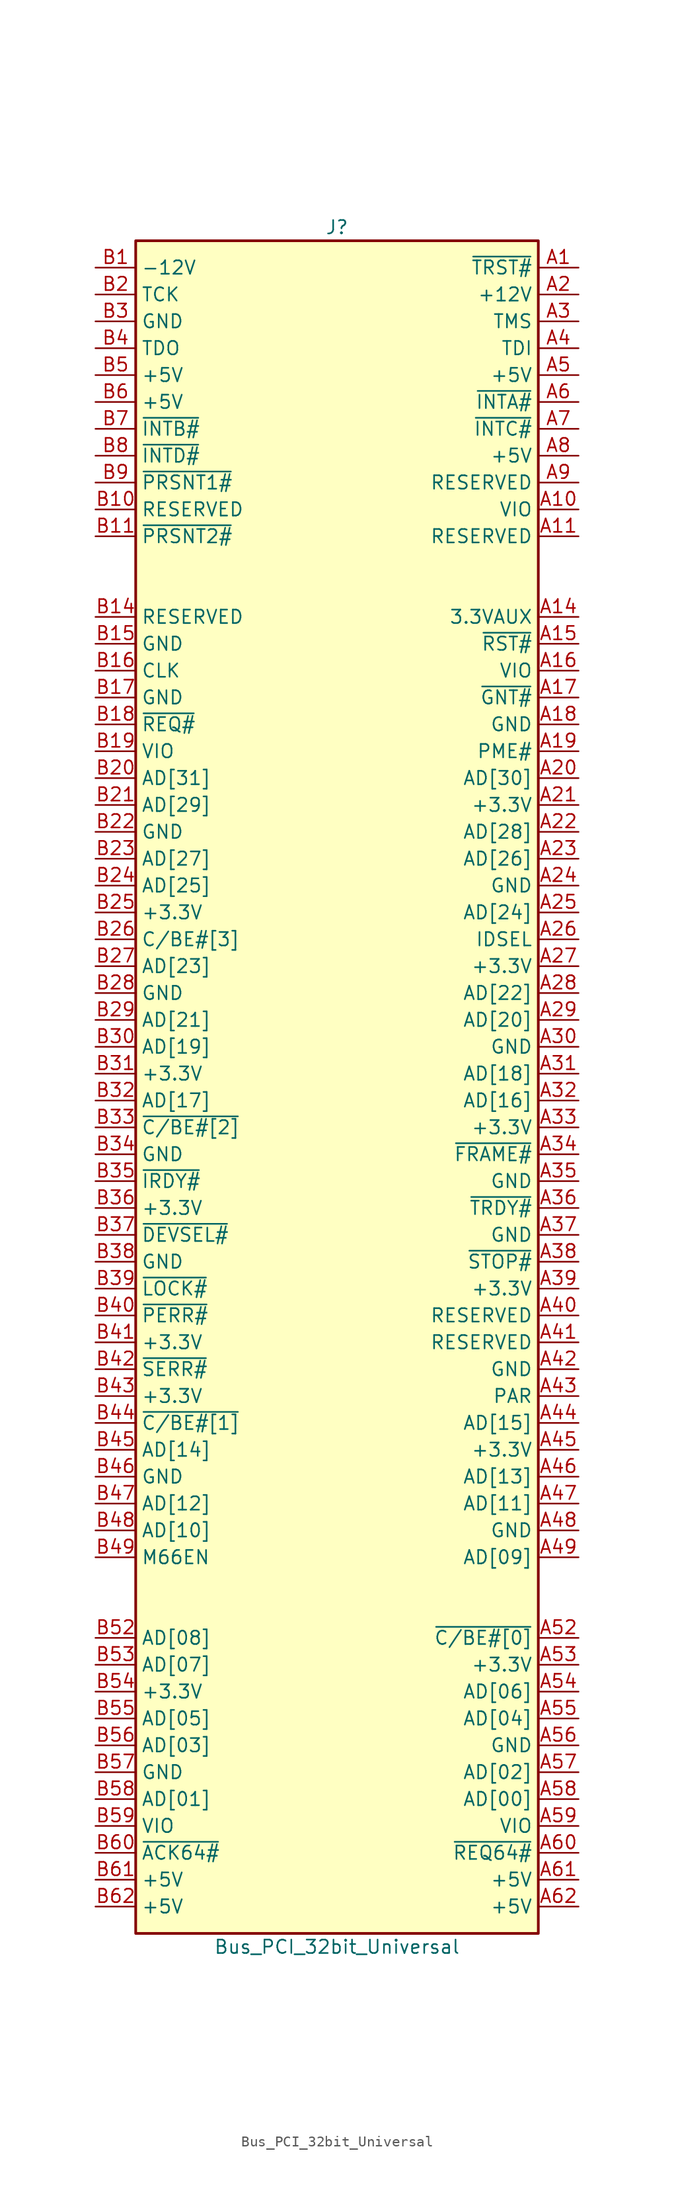
<source format=kicad_sym>
(kicad_symbol_lib
  (version 20201005)
  (generator kicad_symbol_editor)
  (symbol "Connector:Bus_PCI_32bit_Universal"
    (property "Reference" "J"
      (at 0 80.01 0)
      (effects (font (size 1.27 1.27))))
    (property "Value" "Bus_PCI_32bit_Universal"
      (at 0 -82.55 0)
      (effects (font (size 1.27 1.27))))
    (symbol "Bus_PCI_32bit_Universal_0_1"
      (rectangle (start -19.05 78.74) (end 19.05 -81.28) (stroke (width 0.254)) (fill (type background))))
    (symbol "Bus_PCI_32bit_Universal_1_1"
      (pin output line (at 22.86 76.2 180) (length 3.81) (name "~TRST#" (effects (font (size 1.27 1.27)))) (number "A1" (effects (font (size 1.27 1.27)))))
      (pin power_in line (at 22.86 53.34 180) (length 3.81) (name "VIO" (effects (font (size 1.27 1.27)))) (number "A10" (effects (font (size 1.27 1.27)))))
      (pin passive line (at 22.86 50.8 180) (length 3.81) (name "RESERVED" (effects (font (size 1.27 1.27)))) (number "A11" (effects (font (size 1.27 1.27)))))
      (pin passive line (at 22.86 43.18 180) (length 3.81) (name "3.3VAUX" (effects (font (size 1.27 1.27)))) (number "A14" (effects (font (size 1.27 1.27)))))
      (pin output line (at 22.86 40.64 180) (length 3.81) (name "~RST#" (effects (font (size 1.27 1.27)))) (number "A15" (effects (font (size 1.27 1.27)))))
      (pin power_in line (at 22.86 38.1 180) (length 3.81) (name "VIO" (effects (font (size 1.27 1.27)))) (number "A16" (effects (font (size 1.27 1.27)))))
      (pin bidirectional line (at 22.86 35.56 180) (length 3.81) (name "~GNT#" (effects (font (size 1.27 1.27)))) (number "A17" (effects (font (size 1.27 1.27)))))
      (pin power_in line (at 22.86 33.02 180) (length 3.81) (name "GND" (effects (font (size 1.27 1.27)))) (number "A18" (effects (font (size 1.27 1.27)))))
      (pin passive line (at 22.86 30.48 180) (length 3.81) (name "PME#" (effects (font (size 1.27 1.27)))) (number "A19" (effects (font (size 1.27 1.27)))))
      (pin power_in line (at 22.86 73.66 180) (length 3.81) (name "+12V" (effects (font (size 1.27 1.27)))) (number "A2" (effects (font (size 1.27 1.27)))))
      (pin bidirectional line (at 22.86 27.94 180) (length 3.81) (name "AD[30]" (effects (font (size 1.27 1.27)))) (number "A20" (effects (font (size 1.27 1.27)))))
      (pin power_in line (at 22.86 25.4 180) (length 3.81) (name "+3.3V" (effects (font (size 1.27 1.27)))) (number "A21" (effects (font (size 1.27 1.27)))))
      (pin bidirectional line (at 22.86 22.86 180) (length 3.81) (name "AD[28]" (effects (font (size 1.27 1.27)))) (number "A22" (effects (font (size 1.27 1.27)))))
      (pin bidirectional line (at 22.86 20.32 180) (length 3.81) (name "AD[26]" (effects (font (size 1.27 1.27)))) (number "A23" (effects (font (size 1.27 1.27)))))
      (pin power_in line (at 22.86 17.78 180) (length 3.81) (name "GND" (effects (font (size 1.27 1.27)))) (number "A24" (effects (font (size 1.27 1.27)))))
      (pin bidirectional line (at 22.86 15.24 180) (length 3.81) (name "AD[24]" (effects (font (size 1.27 1.27)))) (number "A25" (effects (font (size 1.27 1.27)))))
      (pin output line (at 22.86 12.7 180) (length 3.81) (name "IDSEL" (effects (font (size 1.27 1.27)))) (number "A26" (effects (font (size 1.27 1.27)))))
      (pin power_in line (at 22.86 10.16 180) (length 3.81) (name "+3.3V" (effects (font (size 1.27 1.27)))) (number "A27" (effects (font (size 1.27 1.27)))))
      (pin bidirectional line (at 22.86 7.62 180) (length 3.81) (name "AD[22]" (effects (font (size 1.27 1.27)))) (number "A28" (effects (font (size 1.27 1.27)))))
      (pin bidirectional line (at 22.86 5.08 180) (length 3.81) (name "AD[20]" (effects (font (size 1.27 1.27)))) (number "A29" (effects (font (size 1.27 1.27)))))
      (pin output line (at 22.86 71.12 180) (length 3.81) (name "TMS" (effects (font (size 1.27 1.27)))) (number "A3" (effects (font (size 1.27 1.27)))))
      (pin power_in line (at 22.86 2.54 180) (length 3.81) (name "GND" (effects (font (size 1.27 1.27)))) (number "A30" (effects (font (size 1.27 1.27)))))
      (pin bidirectional line (at 22.86 0 180) (length 3.81) (name "AD[18]" (effects (font (size 1.27 1.27)))) (number "A31" (effects (font (size 1.27 1.27)))))
      (pin bidirectional line (at 22.86 -2.54 180) (length 3.81) (name "AD[16]" (effects (font (size 1.27 1.27)))) (number "A32" (effects (font (size 1.27 1.27)))))
      (pin power_in line (at 22.86 -5.08 180) (length 3.81) (name "+3.3V" (effects (font (size 1.27 1.27)))) (number "A33" (effects (font (size 1.27 1.27)))))
      (pin bidirectional line (at 22.86 -7.62 180) (length 3.81) (name "~FRAME#" (effects (font (size 1.27 1.27)))) (number "A34" (effects (font (size 1.27 1.27)))))
      (pin power_in line (at 22.86 -10.16 180) (length 3.81) (name "GND" (effects (font (size 1.27 1.27)))) (number "A35" (effects (font (size 1.27 1.27)))))
      (pin bidirectional line (at 22.86 -12.7 180) (length 3.81) (name "~TRDY#" (effects (font (size 1.27 1.27)))) (number "A36" (effects (font (size 1.27 1.27)))))
      (pin power_in line (at 22.86 -15.24 180) (length 3.81) (name "GND" (effects (font (size 1.27 1.27)))) (number "A37" (effects (font (size 1.27 1.27)))))
      (pin bidirectional line (at 22.86 -17.78 180) (length 3.81) (name "~STOP#" (effects (font (size 1.27 1.27)))) (number "A38" (effects (font (size 1.27 1.27)))))
      (pin power_in line (at 22.86 -20.32 180) (length 3.81) (name "+3.3V" (effects (font (size 1.27 1.27)))) (number "A39" (effects (font (size 1.27 1.27)))))
      (pin output line (at 22.86 68.58 180) (length 3.81) (name "TDI" (effects (font (size 1.27 1.27)))) (number "A4" (effects (font (size 1.27 1.27)))))
      (pin bidirectional line (at 22.86 -22.86 180) (length 3.81) (name "RESERVED" (effects (font (size 1.27 1.27)))) (number "A40" (effects (font (size 1.27 1.27)))))
      (pin bidirectional line (at 22.86 -25.4 180) (length 3.81) (name "RESERVED" (effects (font (size 1.27 1.27)))) (number "A41" (effects (font (size 1.27 1.27)))))
      (pin power_in line (at 22.86 -27.94 180) (length 3.81) (name "GND" (effects (font (size 1.27 1.27)))) (number "A42" (effects (font (size 1.27 1.27)))))
      (pin bidirectional line (at 22.86 -30.48 180) (length 3.81) (name "PAR" (effects (font (size 1.27 1.27)))) (number "A43" (effects (font (size 1.27 1.27)))))
      (pin bidirectional line (at 22.86 -33.02 180) (length 3.81) (name "AD[15]" (effects (font (size 1.27 1.27)))) (number "A44" (effects (font (size 1.27 1.27)))))
      (pin power_in line (at 22.86 -35.56 180) (length 3.81) (name "+3.3V" (effects (font (size 1.27 1.27)))) (number "A45" (effects (font (size 1.27 1.27)))))
      (pin bidirectional line (at 22.86 -38.1 180) (length 3.81) (name "AD[13]" (effects (font (size 1.27 1.27)))) (number "A46" (effects (font (size 1.27 1.27)))))
      (pin bidirectional line (at 22.86 -40.64 180) (length 3.81) (name "AD[11]" (effects (font (size 1.27 1.27)))) (number "A47" (effects (font (size 1.27 1.27)))))
      (pin power_in line (at 22.86 -43.18 180) (length 3.81) (name "GND" (effects (font (size 1.27 1.27)))) (number "A48" (effects (font (size 1.27 1.27)))))
      (pin bidirectional line (at 22.86 -45.72 180) (length 3.81) (name "AD[09]" (effects (font (size 1.27 1.27)))) (number "A49" (effects (font (size 1.27 1.27)))))
      (pin power_in line (at 22.86 66.04 180) (length 3.81) (name "+5V" (effects (font (size 1.27 1.27)))) (number "A5" (effects (font (size 1.27 1.27)))))
      (pin bidirectional line (at 22.86 -53.34 180) (length 3.81) (name "~C/BE#[0]" (effects (font (size 1.27 1.27)))) (number "A52" (effects (font (size 1.27 1.27)))))
      (pin power_in line (at 22.86 -55.88 180) (length 3.81) (name "+3.3V" (effects (font (size 1.27 1.27)))) (number "A53" (effects (font (size 1.27 1.27)))))
      (pin bidirectional line (at 22.86 -58.42 180) (length 3.81) (name "AD[06]" (effects (font (size 1.27 1.27)))) (number "A54" (effects (font (size 1.27 1.27)))))
      (pin bidirectional line (at 22.86 -60.96 180) (length 3.81) (name "AD[04]" (effects (font (size 1.27 1.27)))) (number "A55" (effects (font (size 1.27 1.27)))))
      (pin power_in line (at 22.86 -63.5 180) (length 3.81) (name "GND" (effects (font (size 1.27 1.27)))) (number "A56" (effects (font (size 1.27 1.27)))))
      (pin bidirectional line (at 22.86 -66.04 180) (length 3.81) (name "AD[02]" (effects (font (size 1.27 1.27)))) (number "A57" (effects (font (size 1.27 1.27)))))
      (pin bidirectional line (at 22.86 -68.58 180) (length 3.81) (name "AD[00]" (effects (font (size 1.27 1.27)))) (number "A58" (effects (font (size 1.27 1.27)))))
      (pin power_in line (at 22.86 -71.12 180) (length 3.81) (name "VIO" (effects (font (size 1.27 1.27)))) (number "A59" (effects (font (size 1.27 1.27)))))
      (pin input line (at 22.86 63.5 180) (length 3.81) (name "~INTA#" (effects (font (size 1.27 1.27)))) (number "A6" (effects (font (size 1.27 1.27)))))
      (pin bidirectional line (at 22.86 -73.66 180) (length 3.81) (name "~REQ64#" (effects (font (size 1.27 1.27)))) (number "A60" (effects (font (size 1.27 1.27)))))
      (pin power_in line (at 22.86 -76.2 180) (length 3.81) (name "+5V" (effects (font (size 1.27 1.27)))) (number "A61" (effects (font (size 1.27 1.27)))))
      (pin power_in line (at 22.86 -78.74 180) (length 3.81) (name "+5V" (effects (font (size 1.27 1.27)))) (number "A62" (effects (font (size 1.27 1.27)))))
      (pin input line (at 22.86 60.96 180) (length 3.81) (name "~INTC#" (effects (font (size 1.27 1.27)))) (number "A7" (effects (font (size 1.27 1.27)))))
      (pin power_in line (at 22.86 58.42 180) (length 3.81) (name "+5V" (effects (font (size 1.27 1.27)))) (number "A8" (effects (font (size 1.27 1.27)))))
      (pin passive line (at 22.86 55.88 180) (length 3.81) (name "RESERVED" (effects (font (size 1.27 1.27)))) (number "A9" (effects (font (size 1.27 1.27)))))
      (pin power_in line (at -22.86 76.2 0) (length 3.81) (name "-12V" (effects (font (size 1.27 1.27)))) (number "B1" (effects (font (size 1.27 1.27)))))
      (pin passive line (at -22.86 53.34 0) (length 3.81) (name "RESERVED" (effects (font (size 1.27 1.27)))) (number "B10" (effects (font (size 1.27 1.27)))))
      (pin input line (at -22.86 50.8 0) (length 3.81) (name "~PRSNT2#" (effects (font (size 1.27 1.27)))) (number "B11" (effects (font (size 1.27 1.27)))))
      (pin passive line (at -22.86 43.18 0) (length 3.81) (name "RESERVED" (effects (font (size 1.27 1.27)))) (number "B14" (effects (font (size 1.27 1.27)))))
      (pin power_in line (at -22.86 40.64 0) (length 3.81) (name "GND" (effects (font (size 1.27 1.27)))) (number "B15" (effects (font (size 1.27 1.27)))))
      (pin output line (at -22.86 38.1 0) (length 3.81) (name "CLK" (effects (font (size 1.27 1.27)))) (number "B16" (effects (font (size 1.27 1.27)))))
      (pin power_in line (at -22.86 35.56 0) (length 3.81) (name "GND" (effects (font (size 1.27 1.27)))) (number "B17" (effects (font (size 1.27 1.27)))))
      (pin bidirectional line (at -22.86 33.02 0) (length 3.81) (name "~REQ#" (effects (font (size 1.27 1.27)))) (number "B18" (effects (font (size 1.27 1.27)))))
      (pin power_in line (at -22.86 30.48 0) (length 3.81) (name "VIO" (effects (font (size 1.27 1.27)))) (number "B19" (effects (font (size 1.27 1.27)))))
      (pin output line (at -22.86 73.66 0) (length 3.81) (name "TCK" (effects (font (size 1.27 1.27)))) (number "B2" (effects (font (size 1.27 1.27)))))
      (pin bidirectional line (at -22.86 27.94 0) (length 3.81) (name "AD[31]" (effects (font (size 1.27 1.27)))) (number "B20" (effects (font (size 1.27 1.27)))))
      (pin bidirectional line (at -22.86 25.4 0) (length 3.81) (name "AD[29]" (effects (font (size 1.27 1.27)))) (number "B21" (effects (font (size 1.27 1.27)))))
      (pin power_in line (at -22.86 22.86 0) (length 3.81) (name "GND" (effects (font (size 1.27 1.27)))) (number "B22" (effects (font (size 1.27 1.27)))))
      (pin bidirectional line (at -22.86 20.32 0) (length 3.81) (name "AD[27]" (effects (font (size 1.27 1.27)))) (number "B23" (effects (font (size 1.27 1.27)))))
      (pin bidirectional line (at -22.86 17.78 0) (length 3.81) (name "AD[25]" (effects (font (size 1.27 1.27)))) (number "B24" (effects (font (size 1.27 1.27)))))
      (pin power_in line (at -22.86 15.24 0) (length 3.81) (name "+3.3V" (effects (font (size 1.27 1.27)))) (number "B25" (effects (font (size 1.27 1.27)))))
      (pin bidirectional line (at -22.86 12.7 0) (length 3.81) (name "C/BE#[3]" (effects (font (size 1.27 1.27)))) (number "B26" (effects (font (size 1.27 1.27)))))
      (pin bidirectional line (at -22.86 10.16 0) (length 3.81) (name "AD[23]" (effects (font (size 1.27 1.27)))) (number "B27" (effects (font (size 1.27 1.27)))))
      (pin power_in line (at -22.86 7.62 0) (length 3.81) (name "GND" (effects (font (size 1.27 1.27)))) (number "B28" (effects (font (size 1.27 1.27)))))
      (pin bidirectional line (at -22.86 5.08 0) (length 3.81) (name "AD[21]" (effects (font (size 1.27 1.27)))) (number "B29" (effects (font (size 1.27 1.27)))))
      (pin power_in line (at -22.86 71.12 0) (length 3.81) (name "GND" (effects (font (size 1.27 1.27)))) (number "B3" (effects (font (size 1.27 1.27)))))
      (pin bidirectional line (at -22.86 2.54 0) (length 3.81) (name "AD[19]" (effects (font (size 1.27 1.27)))) (number "B30" (effects (font (size 1.27 1.27)))))
      (pin power_in line (at -22.86 0 0) (length 3.81) (name "+3.3V" (effects (font (size 1.27 1.27)))) (number "B31" (effects (font (size 1.27 1.27)))))
      (pin bidirectional line (at -22.86 -2.54 0) (length 3.81) (name "AD[17]" (effects (font (size 1.27 1.27)))) (number "B32" (effects (font (size 1.27 1.27)))))
      (pin bidirectional line (at -22.86 -5.08 0) (length 3.81) (name "~C/BE#[2]" (effects (font (size 1.27 1.27)))) (number "B33" (effects (font (size 1.27 1.27)))))
      (pin power_in line (at -22.86 -7.62 0) (length 3.81) (name "GND" (effects (font (size 1.27 1.27)))) (number "B34" (effects (font (size 1.27 1.27)))))
      (pin bidirectional line (at -22.86 -10.16 0) (length 3.81) (name "~IRDY#" (effects (font (size 1.27 1.27)))) (number "B35" (effects (font (size 1.27 1.27)))))
      (pin power_in line (at -22.86 -12.7 0) (length 3.81) (name "+3.3V" (effects (font (size 1.27 1.27)))) (number "B36" (effects (font (size 1.27 1.27)))))
      (pin bidirectional line (at -22.86 -15.24 0) (length 3.81) (name "~DEVSEL#" (effects (font (size 1.27 1.27)))) (number "B37" (effects (font (size 1.27 1.27)))))
      (pin power_in line (at -22.86 -17.78 0) (length 3.81) (name "GND" (effects (font (size 1.27 1.27)))) (number "B38" (effects (font (size 1.27 1.27)))))
      (pin bidirectional line (at -22.86 -20.32 0) (length 3.81) (name "~LOCK#" (effects (font (size 1.27 1.27)))) (number "B39" (effects (font (size 1.27 1.27)))))
      (pin input line (at -22.86 68.58 0) (length 3.81) (name "TDO" (effects (font (size 1.27 1.27)))) (number "B4" (effects (font (size 1.27 1.27)))))
      (pin bidirectional line (at -22.86 -22.86 0) (length 3.81) (name "~PERR#" (effects (font (size 1.27 1.27)))) (number "B40" (effects (font (size 1.27 1.27)))))
      (pin power_in line (at -22.86 -25.4 0) (length 3.81) (name "+3.3V" (effects (font (size 1.27 1.27)))) (number "B41" (effects (font (size 1.27 1.27)))))
      (pin input line (at -22.86 -27.94 0) (length 3.81) (name "~SERR#" (effects (font (size 1.27 1.27)))) (number "B42" (effects (font (size 1.27 1.27)))))
      (pin power_in line (at -22.86 -30.48 0) (length 3.81) (name "+3.3V" (effects (font (size 1.27 1.27)))) (number "B43" (effects (font (size 1.27 1.27)))))
      (pin bidirectional line (at -22.86 -33.02 0) (length 3.81) (name "~C/BE#[1]" (effects (font (size 1.27 1.27)))) (number "B44" (effects (font (size 1.27 1.27)))))
      (pin bidirectional line (at -22.86 -35.56 0) (length 3.81) (name "AD[14]" (effects (font (size 1.27 1.27)))) (number "B45" (effects (font (size 1.27 1.27)))))
      (pin power_in line (at -22.86 -38.1 0) (length 3.81) (name "GND" (effects (font (size 1.27 1.27)))) (number "B46" (effects (font (size 1.27 1.27)))))
      (pin bidirectional line (at -22.86 -40.64 0) (length 3.81) (name "AD[12]" (effects (font (size 1.27 1.27)))) (number "B47" (effects (font (size 1.27 1.27)))))
      (pin bidirectional line (at -22.86 -43.18 0) (length 3.81) (name "AD[10]" (effects (font (size 1.27 1.27)))) (number "B48" (effects (font (size 1.27 1.27)))))
      (pin power_in line (at -22.86 -45.72 0) (length 3.81) (name "M66EN" (effects (font (size 1.27 1.27)))) (number "B49" (effects (font (size 1.27 1.27)))))
      (pin power_in line (at -22.86 66.04 0) (length 3.81) (name "+5V" (effects (font (size 1.27 1.27)))) (number "B5" (effects (font (size 1.27 1.27)))))
      (pin bidirectional line (at -22.86 -53.34 0) (length 3.81) (name "AD[08]" (effects (font (size 1.27 1.27)))) (number "B52" (effects (font (size 1.27 1.27)))))
      (pin bidirectional line (at -22.86 -55.88 0) (length 3.81) (name "AD[07]" (effects (font (size 1.27 1.27)))) (number "B53" (effects (font (size 1.27 1.27)))))
      (pin input line (at -22.86 -58.42 0) (length 3.81) (name "+3.3V" (effects (font (size 1.27 1.27)))) (number "B54" (effects (font (size 1.27 1.27)))))
      (pin bidirectional line (at -22.86 -60.96 0) (length 3.81) (name "AD[05]" (effects (font (size 1.27 1.27)))) (number "B55" (effects (font (size 1.27 1.27)))))
      (pin bidirectional line (at -22.86 -63.5 0) (length 3.81) (name "AD[03]" (effects (font (size 1.27 1.27)))) (number "B56" (effects (font (size 1.27 1.27)))))
      (pin power_in line (at -22.86 -66.04 0) (length 3.81) (name "GND" (effects (font (size 1.27 1.27)))) (number "B57" (effects (font (size 1.27 1.27)))))
      (pin bidirectional line (at -22.86 -68.58 0) (length 3.81) (name "AD[01]" (effects (font (size 1.27 1.27)))) (number "B58" (effects (font (size 1.27 1.27)))))
      (pin power_in line (at -22.86 -71.12 0) (length 3.81) (name "VIO" (effects (font (size 1.27 1.27)))) (number "B59" (effects (font (size 1.27 1.27)))))
      (pin power_in line (at -22.86 63.5 0) (length 3.81) (name "+5V" (effects (font (size 1.27 1.27)))) (number "B6" (effects (font (size 1.27 1.27)))))
      (pin bidirectional line (at -22.86 -73.66 0) (length 3.81) (name "~ACK64#" (effects (font (size 1.27 1.27)))) (number "B60" (effects (font (size 1.27 1.27)))))
      (pin power_in line (at -22.86 -76.2 0) (length 3.81) (name "+5V" (effects (font (size 1.27 1.27)))) (number "B61" (effects (font (size 1.27 1.27)))))
      (pin power_in line (at -22.86 -78.74 0) (length 3.81) (name "+5V" (effects (font (size 1.27 1.27)))) (number "B62" (effects (font (size 1.27 1.27)))))
      (pin input line (at -22.86 60.96 0) (length 3.81) (name "~INTB#" (effects (font (size 1.27 1.27)))) (number "B7" (effects (font (size 1.27 1.27)))))
      (pin input line (at -22.86 58.42 0) (length 3.81) (name "~INTD#" (effects (font (size 1.27 1.27)))) (number "B8" (effects (font (size 1.27 1.27)))))
      (pin input line (at -22.86 55.88 0) (length 3.81) (name "~PRSNT1#" (effects (font (size 1.27 1.27)))) (number "B9" (effects (font (size 1.27 1.27))))))))
</source>
